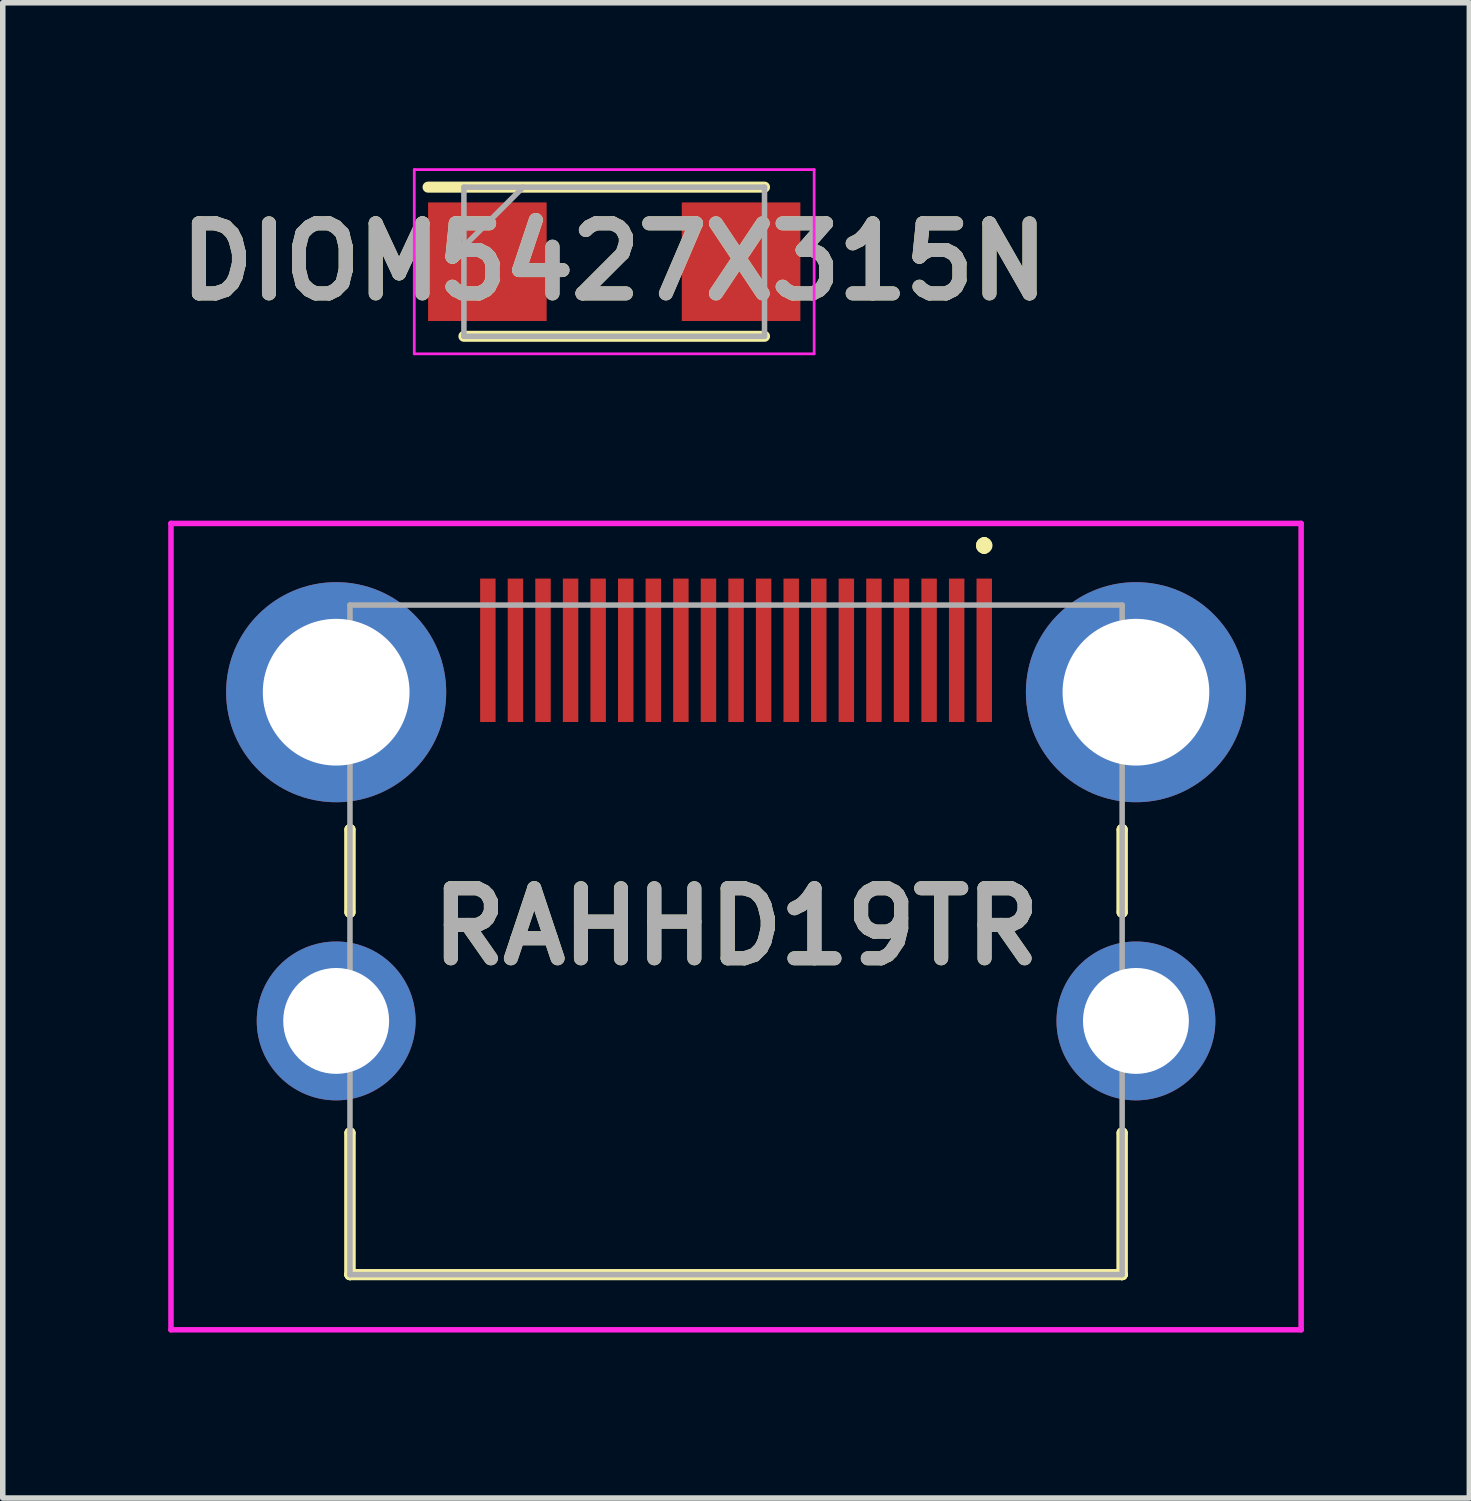
<source format=kicad_pcb>
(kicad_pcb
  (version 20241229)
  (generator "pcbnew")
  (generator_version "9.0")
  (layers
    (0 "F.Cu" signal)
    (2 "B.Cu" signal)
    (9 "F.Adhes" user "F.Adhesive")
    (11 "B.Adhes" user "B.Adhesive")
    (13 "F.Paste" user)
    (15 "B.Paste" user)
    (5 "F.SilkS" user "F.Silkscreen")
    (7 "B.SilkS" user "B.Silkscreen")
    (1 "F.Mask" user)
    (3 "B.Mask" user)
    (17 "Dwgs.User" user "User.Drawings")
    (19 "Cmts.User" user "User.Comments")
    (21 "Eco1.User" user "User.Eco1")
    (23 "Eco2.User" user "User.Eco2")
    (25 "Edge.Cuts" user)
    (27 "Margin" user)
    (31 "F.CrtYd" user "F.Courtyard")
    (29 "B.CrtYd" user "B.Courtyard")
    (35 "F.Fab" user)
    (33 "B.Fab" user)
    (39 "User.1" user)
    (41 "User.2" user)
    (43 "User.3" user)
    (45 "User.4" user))
  (footprint "DIOM5427X315N"
    (layer "F.Cu")
    (at 8.086 1.695)
    (property "Reference" "DIOM5427X315N" (at 0 0 0) (layer "F.SilkS") (effects (font (size 1.27 1.27) (thickness 0.254))))
    (attr smd)
    (fp_line (start -2.725 1.352) (end 2.725 1.352) (stroke (width 0.2) (type solid)) (layer "F.SilkS"))
    (fp_line (start 2.725 -1.352) (end -3.375 -1.352) (stroke (width 0.2) (type solid)) (layer "F.SilkS"))
    (fp_line (start -3.625 -1.67) (end 3.625 -1.67) (stroke (width 0.05) (type solid)) (layer "F.CrtYd"))
    (fp_line (start -3.625 1.67) (end -3.625 -1.67) (stroke (width 0.05) (type solid)) (layer "F.CrtYd"))
    (fp_line (start 3.625 -1.67) (end 3.625 1.67) (stroke (width 0.05) (type solid)) (layer "F.CrtYd"))
    (fp_line (start 3.625 1.67) (end -3.625 1.67) (stroke (width 0.05) (type solid)) (layer "F.CrtYd"))
    (fp_line (start -2.725 -1.352) (end 2.725 -1.352) (stroke (width 0.1) (type solid)) (layer "F.Fab"))
    (fp_line (start -2.725 -0.278) (end -1.65 -1.352) (stroke (width 0.1) (type solid)) (layer "F.Fab"))
    (fp_line (start -2.725 1.352) (end -2.725 -1.352) (stroke (width 0.1) (type solid)) (layer "F.Fab"))
    (fp_line (start 2.725 -1.352) (end 2.725 1.352) (stroke (width 0.1) (type solid)) (layer "F.Fab"))
    (fp_line (start 2.725 1.352) (end -2.725 1.352) (stroke (width 0.1) (type solid)) (layer "F.Fab"))
    (fp_text user "${REFERENCE}" (at 0 0 0) (layer "F.Fab") (effects (font (size 1.27 1.27) (thickness 0.254))))
    (pad "1" smd rect (at -2.3 0 90) (size 2.15 2.15) (layers "F.Cu" "F.Mask" "F.Paste"))
    (pad "2" smd rect (at 2.3 0 90) (size 2.15 2.15) (layers "F.Cu" "F.Mask" "F.Paste")))
  (footprint "RAHHD19TR"
    (layer "F.Cu")
    (at 10.295 13.99)
    (property "Reference" "RAHHD19TR" (at 0 -0.24 0) (layer "F.SilkS") (effects (font (size 1.27 1.27) (thickness 0.254))))
    (attr through_hole)
    (fp_line (start -7 -2) (end -7 -2) (stroke (width 0.2) (type solid)) (layer "F.SilkS"))
    (fp_line (start -7 -2) (end -7 -0.5) (stroke (width 0.2) (type solid)) (layer "F.SilkS"))
    (fp_line (start -7 -0.5) (end -7 -2) (stroke (width 0.2) (type solid)) (layer "F.SilkS"))
    (fp_line (start -7 -0.5) (end -7 -0.5) (stroke (width 0.2) (type solid)) (layer "F.SilkS"))
    (fp_line (start -7 3.5) (end -7 3.5) (stroke (width 0.2) (type solid)) (layer "F.SilkS"))
    (fp_line (start -7 3.5) (end -7 6.07) (stroke (width 0.2) (type solid)) (layer "F.SilkS"))
    (fp_line (start -7 6.07) (end -7 3.5) (stroke (width 0.2) (type solid)) (layer "F.SilkS"))
    (fp_line (start -7 6.07) (end -7 6.07) (stroke (width 0.2) (type solid)) (layer "F.SilkS"))
    (fp_line (start -7 6.07) (end -7 6.07) (stroke (width 0.2) (type solid)) (layer "F.SilkS"))
    (fp_line (start -7 6.07) (end 7 6.07) (stroke (width 0.2) (type solid)) (layer "F.SilkS"))
    (fp_line (start 4.5 -7.2) (end 4.5 -7.2) (stroke (width 0.2) (type solid)) (layer "F.SilkS"))
    (fp_line (start 4.5 -7.2) (end 4.5 -7.2) (stroke (width 0.2) (type solid)) (layer "F.SilkS"))
    (fp_line (start 4.5 -7.1) (end 4.5 -7.1) (stroke (width 0.2) (type solid)) (layer "F.SilkS"))
    (fp_line (start 7 -2) (end 7 -2) (stroke (width 0.2) (type solid)) (layer "F.SilkS"))
    (fp_line (start 7 -2) (end 7 -0.5) (stroke (width 0.2) (type solid)) (layer "F.SilkS"))
    (fp_line (start 7 -0.5) (end 7 -2) (stroke (width 0.2) (type solid)) (layer "F.SilkS"))
    (fp_line (start 7 -0.5) (end 7 -0.5) (stroke (width 0.2) (type solid)) (layer "F.SilkS"))
    (fp_line (start 7 3.5) (end 7 3.5) (stroke (width 0.2) (type solid)) (layer "F.SilkS"))
    (fp_line (start 7 3.5) (end 7 6.07) (stroke (width 0.2) (type solid)) (layer "F.SilkS"))
    (fp_line (start 7 6.07) (end -7 6.07) (stroke (width 0.2) (type solid)) (layer "F.SilkS"))
    (fp_line (start 7 6.07) (end 7 3.5) (stroke (width 0.2) (type solid)) (layer "F.SilkS"))
    (fp_line (start 7 6.07) (end 7 6.07) (stroke (width 0.2) (type solid)) (layer "F.SilkS"))
    (fp_line (start 7 6.07) (end 7 6.07) (stroke (width 0.2) (type solid)) (layer "F.SilkS"))
    (fp_arc (start 4.5 -7.2) (mid 4.55 -7.15) (end 4.5 -7.1) (stroke (width 0.2) (type solid)) (layer "F.SilkS"))
    (fp_arc (start 4.5 -7.1) (mid 4.45 -7.15) (end 4.5 -7.2) (stroke (width 0.2) (type solid)) (layer "F.SilkS"))
    (fp_arc (start 4.5 -7.1) (mid 4.45 -7.15) (end 4.5 -7.2) (stroke (width 0.2) (type solid)) (layer "F.SilkS"))
    (fp_line (start -10.245 -7.55) (end 10.245 -7.55) (stroke (width 0.1) (type solid)) (layer "F.CrtYd"))
    (fp_line (start -10.245 7.07) (end -10.245 -7.55) (stroke (width 0.1) (type solid)) (layer "F.CrtYd"))
    (fp_line (start 10.245 -7.55) (end 10.245 7.07) (stroke (width 0.1) (type solid)) (layer "F.CrtYd"))
    (fp_line (start 10.245 7.07) (end -10.245 7.07) (stroke (width 0.1) (type solid)) (layer "F.CrtYd"))
    (fp_line (start -7 -6.07) (end -7 6.07) (stroke (width 0.1) (type solid)) (layer "F.Fab"))
    (fp_line (start -7 6.07) (end 7 6.07) (stroke (width 0.1) (type solid)) (layer "F.Fab"))
    (fp_line (start 7 -6.07) (end -7 -6.07) (stroke (width 0.1) (type solid)) (layer "F.Fab"))
    (fp_line (start 7 6.07) (end 7 -6.07) (stroke (width 0.1) (type solid)) (layer "F.Fab"))
    (fp_text user "${REFERENCE}" (at 0 -0.24 0) (layer "F.Fab") (effects (font (size 1.27 1.27) (thickness 0.254))))
    (pad "1" smd rect (at 4.5 -5.25) (size 0.28 2.6) (layers "F.Cu" "F.Mask" "F.Paste"))
    (pad "2" smd rect (at 4 -5.25) (size 0.28 2.6) (layers "F.Cu" "F.Mask" "F.Paste"))
    (pad "3" smd rect (at 3.5 -5.25) (size 0.28 2.6) (layers "F.Cu" "F.Mask" "F.Paste"))
    (pad "4" smd rect (at 3 -5.25) (size 0.28 2.6) (layers "F.Cu" "F.Mask" "F.Paste"))
    (pad "5" smd rect (at 2.5 -5.25) (size 0.28 2.6) (layers "F.Cu" "F.Mask" "F.Paste"))
    (pad "6" smd rect (at 2 -5.25) (size 0.28 2.6) (layers "F.Cu" "F.Mask" "F.Paste"))
    (pad "7" smd rect (at 1.5 -5.25) (size 0.28 2.6) (layers "F.Cu" "F.Mask" "F.Paste"))
    (pad "8" smd rect (at 1 -5.25) (size 0.28 2.6) (layers "F.Cu" "F.Mask" "F.Paste"))
    (pad "9" smd rect (at 0.5 -5.25) (size 0.28 2.6) (layers "F.Cu" "F.Mask" "F.Paste"))
    (pad "10" smd rect (at 0 -5.25) (size 0.28 2.6) (layers "F.Cu" "F.Mask" "F.Paste"))
    (pad "11" smd rect (at -0.5 -5.25) (size 0.28 2.6) (layers "F.Cu" "F.Mask" "F.Paste"))
    (pad "12" smd rect (at -1 -5.25) (size 0.28 2.6) (layers "F.Cu" "F.Mask" "F.Paste"))
    (pad "13" smd rect (at -1.5 -5.25) (size 0.28 2.6) (layers "F.Cu" "F.Mask" "F.Paste"))
    (pad "14" smd rect (at -2 -5.25) (size 0.28 2.6) (layers "F.Cu" "F.Mask" "F.Paste"))
    (pad "15" smd rect (at -2.5 -5.25) (size 0.28 2.6) (layers "F.Cu" "F.Mask" "F.Paste"))
    (pad "16" smd rect (at -3 -5.25) (size 0.28 2.6) (layers "F.Cu" "F.Mask" "F.Paste"))
    (pad "17" smd rect (at -3.5 -5.25) (size 0.28 2.6) (layers "F.Cu" "F.Mask" "F.Paste"))
    (pad "18" smd rect (at -4 -5.25) (size 0.28 2.6) (layers "F.Cu" "F.Mask" "F.Paste"))
    (pad "19" smd rect (at -4.5 -5.25) (size 0.28 2.6) (layers "F.Cu" "F.Mask" "F.Paste"))
    (pad "MH1" thru_hole circle (at 7.25 -4.49) (size 3.99 3.99) (drill 2.66) (layers "*.Cu" "*.Mask"))
    (pad "MH2" thru_hole circle (at -7.25 -4.49) (size 3.99 3.99) (drill 2.66) (layers "*.Cu" "*.Mask"))
    (pad "MH3" thru_hole circle (at 7.25 1.47) (size 2.88 2.88) (drill 1.92) (layers "*.Cu" "*.Mask"))
    (pad "MH4" thru_hole circle (at -7.25 1.47) (size 2.88 2.88) (drill 1.92) (layers "*.Cu" "*.Mask")))
  (gr_rect
    (start -3 -3)
    (end 23.59 24.11)
    (stroke (width 0.1) (type default))
    (fill no)
    (layer "Edge.Cuts")))
</source>
